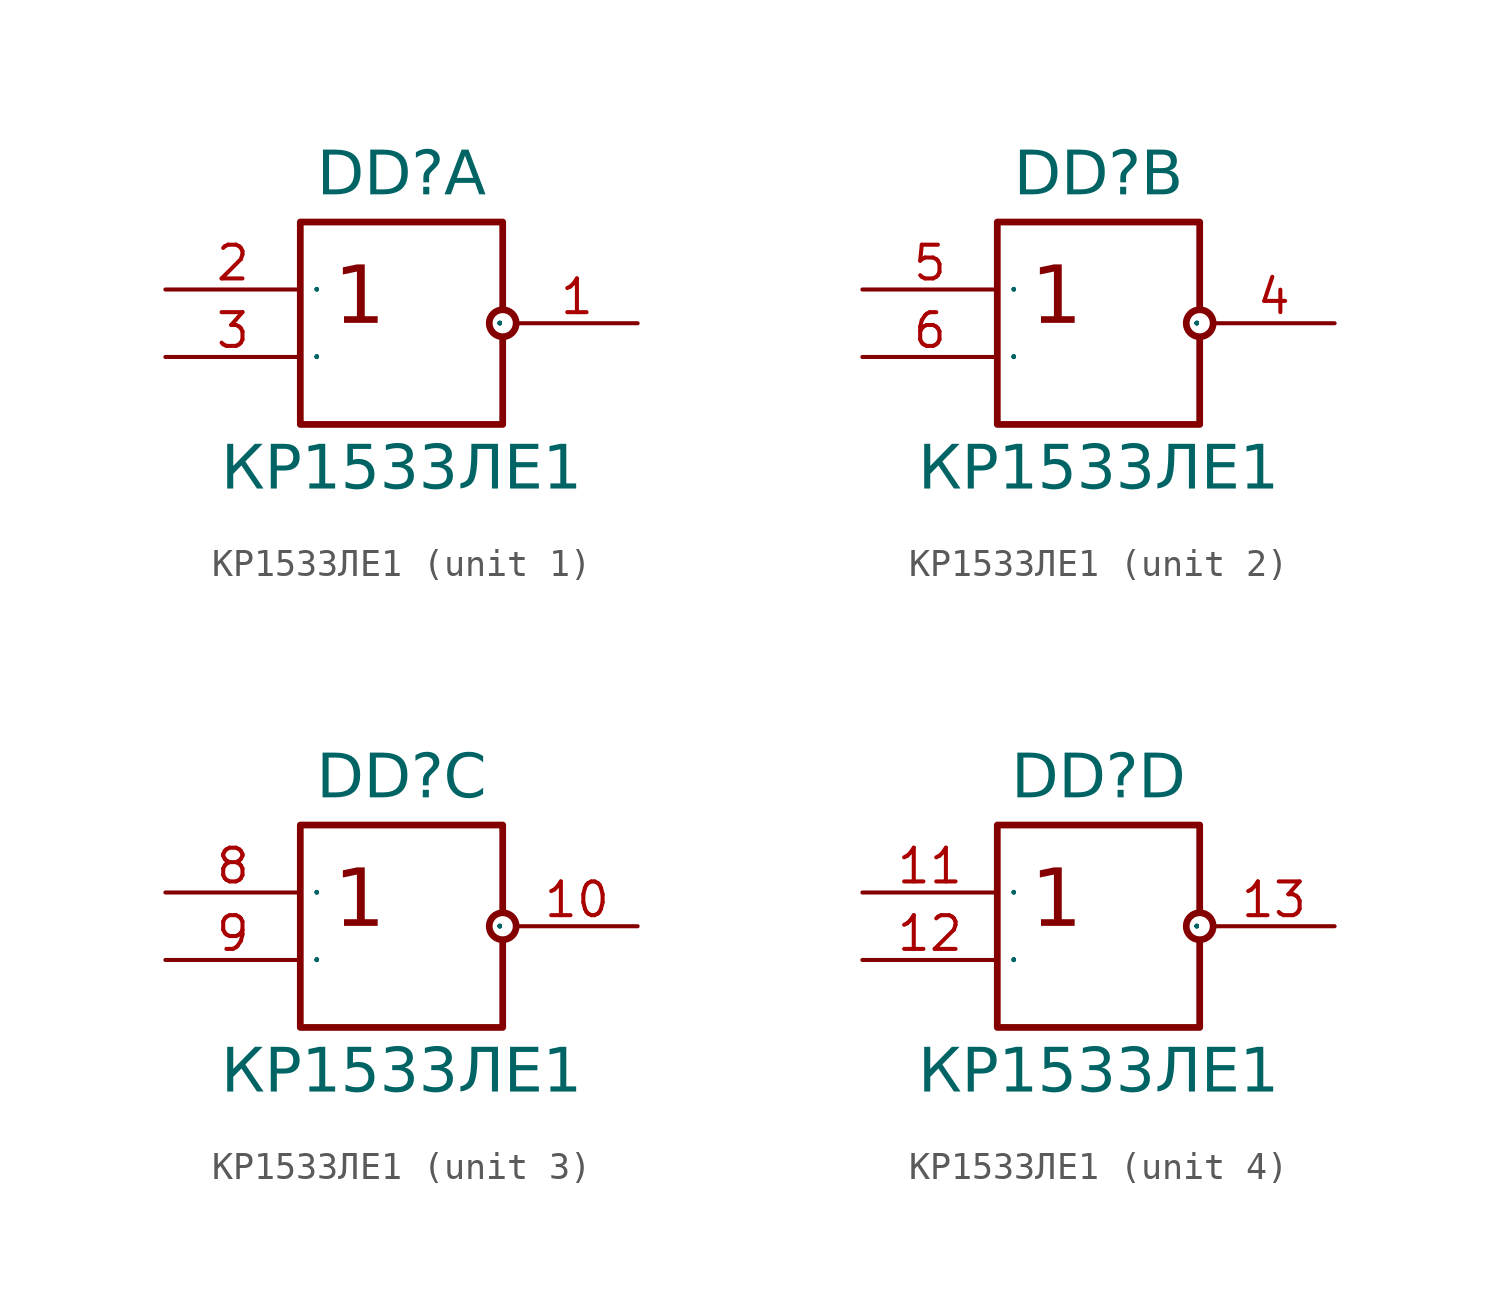
<source format=kicad_sym>
(kicad_symbol_lib
  (version 20241209)
  (generator "kicad_symbol_editor")
  (generator_version "9.0")
  (symbol "КР1533ЛЕ1"
    (property "Reference" "DD"
      (at 8.89 3.302 0)
      (do_not_autoplace)
      (effects (font (face "Input Sans Condensed") (size 1.651 1.651)) (justify bottom)))
    (property "Value" "КР1533ЛЕ1"
      (at 8.89 -5.842 0)
      (do_not_autoplace)
      (effects (font (face "Input Sans Condensed") (size 1.651 1.651)) (justify top)))
    (symbol "КР1533ЛЕ1_0_0"
      (circle (center 12.7 -1.27) (radius 0.508) (stroke (width 0.254) (type solid)) (fill (type color) (color 255 255 255 1))))
    (symbol "КР1533ЛЕ1_0_1"
      (polyline (pts (xy 12.7 -0.635) (xy 12.7 2.54) (xy 5.08 2.54) (xy 5.08 -5.08) (xy 12.7 -5.08) (xy 12.7 -1.905)) (stroke (width 0.254) (type default)) (fill (type none))))
    (symbol "КР1533ЛЕ1_1_1"
      (text "1" (at 6.35 0.902 0) (effects (font (face "Input Sans Condensed") (size 2.159 2.159)) (justify left top)))
      (pin input line (at 0 0 0) (length 5.08) (name "1" (effects (font (size 0.025 0.025)))) (number "2" (effects (font (size 1.27 1.27)))))
      (pin input line (at 0 -2.54 0) (length 5.08) (name "2" (effects (font (size 0.025 0.025)))) (number "3" (effects (font (size 1.27 1.27)))))
      (pin power_in line (at 15.24 1.27 180) (length 2.54) (hide yes) (name "VCC" (effects (font (size 0.635 0.635)))) (number "14" (effects (font (size 0.635 0.635)))))
      (pin power_in line (at 15.24 -3.81 180) (length 2.54) (hide yes) (name "GND" (effects (font (size 0.635 0.635)))) (number "7" (effects (font (size 0.635 0.635)))))
      (pin output line (at 17.78 -1.27 180) (length 4.572) (name "3" (effects (font (size 0.025 0.025)))) (number "1" (effects (font (size 1.27 1.27))))))
    (symbol "КР1533ЛЕ1_2_1"
      (text "1" (at 6.35 0.902 0) (effects (font (face "Input Sans Condensed") (size 2.159 2.159)) (justify left top)))
      (pin input line (at 0 0 0) (length 5.08) (name "1" (effects (font (size 0.025 0.025)))) (number "5" (effects (font (size 1.27 1.27)))))
      (pin input line (at 0 -2.54 0) (length 5.08) (name "2" (effects (font (size 0.025 0.025)))) (number "6" (effects (font (size 1.27 1.27)))))
      (pin output line (at 17.78 -1.27 180) (length 4.572) (name "3" (effects (font (size 0.025 0.025)))) (number "4" (effects (font (size 1.27 1.27))))))
    (symbol "КР1533ЛЕ1_3_1"
      (text "1" (at 6.35 0.902 0) (effects (font (face "Input Sans Condensed") (size 2.159 2.159)) (justify left top)))
      (pin input line (at 0 0 0) (length 5.08) (name "1" (effects (font (size 0.025 0.025)))) (number "8" (effects (font (size 1.27 1.27)))))
      (pin input line (at 0 -2.54 0) (length 5.08) (name "2" (effects (font (size 0.025 0.025)))) (number "9" (effects (font (size 1.27 1.27)))))
      (pin output line (at 17.78 -1.27 180) (length 4.572) (name "3" (effects (font (size 0.025 0.025)))) (number "10" (effects (font (size 1.27 1.27))))))
    (symbol "КР1533ЛЕ1_4_1"
      (text "1" (at 6.35 0.902 0) (effects (font (face "Input Sans Condensed") (size 2.159 2.159)) (justify left top)))
      (pin input line (at 0 0 0) (length 5.08) (name "1" (effects (font (size 0.025 0.025)))) (number "11" (effects (font (size 1.27 1.27)))))
      (pin input line (at 0 -2.54 0) (length 5.08) (name "2" (effects (font (size 0.025 0.025)))) (number "12" (effects (font (size 1.27 1.27)))))
      (pin output line (at 17.78 -1.27 180) (length 4.572) (name "3" (effects (font (size 0.025 0.025)))) (number "13" (effects (font (size 1.27 1.27))))))))
</source>
